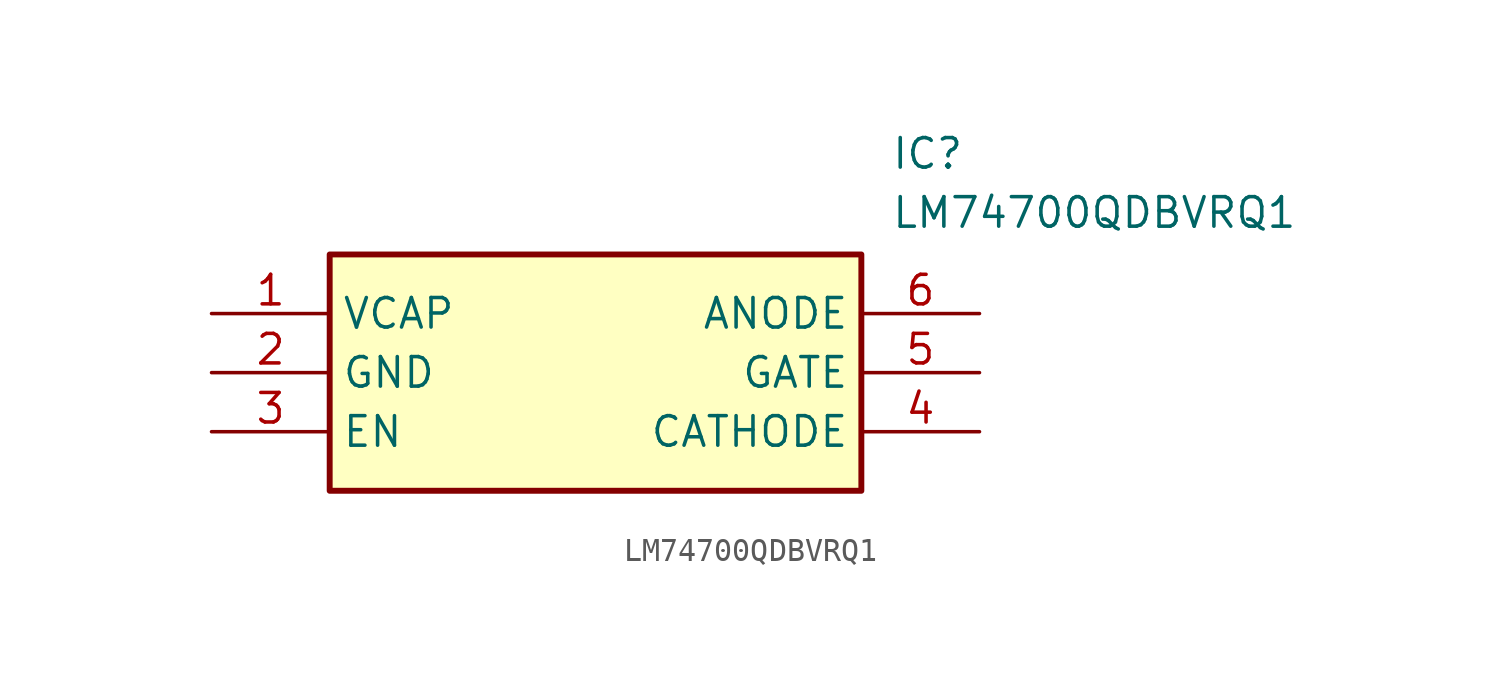
<source format=kicad_sym>
(kicad_symbol_lib
  (version 20211014)
  (generator SamacSys_ECAD_Model)
  (symbol "LM74700QDBVRQ1"
    (property "Reference" "IC"
      (at 29.21 7.62 0)
      (effects (font (size 1.27 1.27)) (justify left top)))
    (property "Value" "LM74700QDBVRQ1"
      (at 29.21 5.08 0)
      (effects (font (size 1.27 1.27)) (justify left top)))
    (rectangle
      (start 5.08 2.54)
      (end 27.94 -7.62)
      (stroke (width 0.254) (type default))
      (fill (type background)))
    (pin passive line
      (at 0 0 0)
      (length 5.08)
      (name "VCAP" (effects (font (size 1.27 1.27))))
      (number "1" (effects (font (size 1.27 1.27)))))
    (pin passive line
      (at 0 -2.54 0)
      (length 5.08)
      (name "GND" (effects (font (size 1.27 1.27))))
      (number "2" (effects (font (size 1.27 1.27)))))
    (pin passive line
      (at 0 -5.08 0)
      (length 5.08)
      (name "EN" (effects (font (size 1.27 1.27))))
      (number "3" (effects (font (size 1.27 1.27)))))
    (pin passive line
      (at 33.02 0 180)
      (length 5.08)
      (name "ANODE" (effects (font (size 1.27 1.27))))
      (number "6" (effects (font (size 1.27 1.27)))))
    (pin passive line
      (at 33.02 -2.54 180)
      (length 5.08)
      (name "GATE" (effects (font (size 1.27 1.27))))
      (number "5" (effects (font (size 1.27 1.27)))))
    (pin passive line
      (at 33.02 -5.08 180)
      (length 5.08)
      (name "CATHODE" (effects (font (size 1.27 1.27))))
      (number "4" (effects (font (size 1.27 1.27)))))))
</source>
